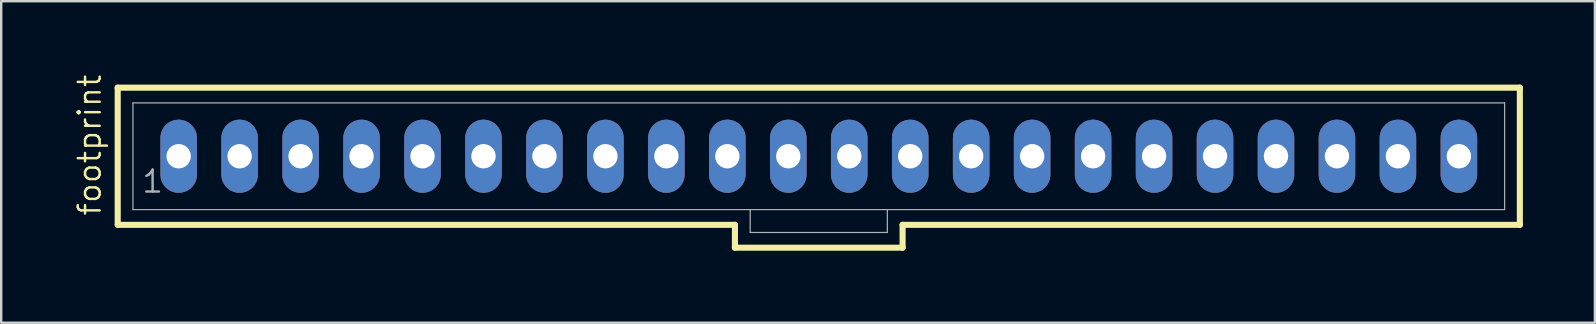
<source format=kicad_pcb>
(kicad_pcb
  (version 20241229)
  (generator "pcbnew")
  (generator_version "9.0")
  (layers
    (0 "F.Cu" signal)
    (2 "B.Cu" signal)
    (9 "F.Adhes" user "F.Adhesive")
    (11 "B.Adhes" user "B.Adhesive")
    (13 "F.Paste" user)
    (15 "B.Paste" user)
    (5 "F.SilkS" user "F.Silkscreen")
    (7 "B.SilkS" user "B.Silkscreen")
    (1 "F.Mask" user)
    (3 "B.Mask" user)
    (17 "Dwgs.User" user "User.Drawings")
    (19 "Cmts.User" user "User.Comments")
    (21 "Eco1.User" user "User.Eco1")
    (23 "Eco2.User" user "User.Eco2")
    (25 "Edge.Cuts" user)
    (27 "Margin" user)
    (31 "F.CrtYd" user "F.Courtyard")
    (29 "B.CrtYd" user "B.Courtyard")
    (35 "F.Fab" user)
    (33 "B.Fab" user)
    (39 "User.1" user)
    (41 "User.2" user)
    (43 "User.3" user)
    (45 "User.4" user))
  (footprint "footprint"
    (layer "F.Cu")
    (at 31.064 3.46)
    (property "Reference" "footprint" (at -29.845 2.54 90) (layer "F.SilkS") (effects (font (size 0.914 0.914) (thickness 0.102)) (justify left bottom)))
    (fp_line (start -29.21 -2.857) (end -29.21 2.857) (stroke (width 0.254) (type solid)) (layer "F.SilkS"))
    (fp_line (start -29.21 2.857) (end -3.493 2.857) (stroke (width 0.254) (type solid)) (layer "F.SilkS"))
    (fp_line (start -3.493 2.857) (end -3.493 3.81) (stroke (width 0.254) (type solid)) (layer "F.SilkS"))
    (fp_line (start -3.493 3.81) (end 3.493 3.81) (stroke (width 0.254) (type solid)) (layer "F.SilkS"))
    (fp_line (start 3.493 2.857) (end 29.21 2.857) (stroke (width 0.254) (type solid)) (layer "F.SilkS"))
    (fp_line (start 3.493 3.81) (end 3.493 2.857) (stroke (width 0.254) (type solid)) (layer "F.SilkS"))
    (fp_line (start 29.21 -2.857) (end -29.21 -2.857) (stroke (width 0.254) (type solid)) (layer "F.SilkS"))
    (fp_line (start 29.21 2.857) (end 29.21 -2.857) (stroke (width 0.254) (type solid)) (layer "F.SilkS"))
    (fp_line (start -28.575 -2.223) (end -28.575 2.223) (stroke (width 0.051) (type solid)) (layer "F.Fab"))
    (fp_line (start -28.575 -2.223) (end 28.575 -2.223) (stroke (width 0.051) (type solid)) (layer "F.Fab"))
    (fp_line (start -28.575 2.223) (end -2.857 2.223) (stroke (width 0.051) (type solid)) (layer "F.Fab"))
    (fp_line (start -2.857 2.223) (end -2.857 3.175) (stroke (width 0.051) (type solid)) (layer "F.Fab"))
    (fp_line (start -2.857 2.223) (end 2.857 2.223) (stroke (width 0.051) (type solid)) (layer "F.Fab"))
    (fp_line (start 2.857 2.223) (end 2.857 3.175) (stroke (width 0.051) (type solid)) (layer "F.Fab"))
    (fp_line (start 2.857 2.223) (end 28.575 2.223) (stroke (width 0.051) (type solid)) (layer "F.Fab"))
    (fp_line (start 2.857 3.175) (end -2.857 3.175) (stroke (width 0.051) (type solid)) (layer "F.Fab"))
    (fp_line (start 28.575 -2.223) (end 28.575 2.223) (stroke (width 0.051) (type solid)) (layer "F.Fab"))
    (fp_poly (pts (xy -26.908 0.238) (xy -26.432 0.238) (xy -26.432 -0.238) (xy -26.908 -0.238)) (stroke (width 0.1) (type solid)) (fill no) (layer "F.Fab"))
    (fp_poly (pts (xy -24.368 0.238) (xy -23.892 0.238) (xy -23.892 -0.238) (xy -24.368 -0.238)) (stroke (width 0.1) (type solid)) (fill no) (layer "F.Fab"))
    (fp_poly (pts (xy -21.828 0.238) (xy -21.352 0.238) (xy -21.352 -0.238) (xy -21.828 -0.238)) (stroke (width 0.1) (type solid)) (fill no) (layer "F.Fab"))
    (fp_poly (pts (xy -19.288 0.238) (xy -18.812 0.238) (xy -18.812 -0.238) (xy -19.288 -0.238)) (stroke (width 0.1) (type solid)) (fill no) (layer "F.Fab"))
    (fp_poly (pts (xy -16.748 0.238) (xy -16.272 0.238) (xy -16.272 -0.238) (xy -16.748 -0.238)) (stroke (width 0.1) (type solid)) (fill no) (layer "F.Fab"))
    (fp_poly (pts (xy -14.208 0.238) (xy -13.732 0.238) (xy -13.732 -0.238) (xy -14.208 -0.238)) (stroke (width 0.1) (type solid)) (fill no) (layer "F.Fab"))
    (fp_poly (pts (xy -11.668 0.238) (xy -11.192 0.238) (xy -11.192 -0.238) (xy -11.668 -0.238)) (stroke (width 0.1) (type solid)) (fill no) (layer "F.Fab"))
    (fp_poly (pts (xy -9.128 0.238) (xy -8.652 0.238) (xy -8.652 -0.238) (xy -9.128 -0.238)) (stroke (width 0.1) (type solid)) (fill no) (layer "F.Fab"))
    (fp_poly (pts (xy -6.588 0.238) (xy -6.112 0.238) (xy -6.112 -0.238) (xy -6.588 -0.238)) (stroke (width 0.1) (type solid)) (fill no) (layer "F.Fab"))
    (fp_poly (pts (xy -4.048 0.238) (xy -3.572 0.238) (xy -3.572 -0.238) (xy -4.048 -0.238)) (stroke (width 0.1) (type solid)) (fill no) (layer "F.Fab"))
    (fp_poly (pts (xy -1.508 0.238) (xy -1.032 0.238) (xy -1.032 -0.238) (xy -1.508 -0.238)) (stroke (width 0.1) (type solid)) (fill no) (layer "F.Fab"))
    (fp_poly (pts (xy 1.032 0.238) (xy 1.508 0.238) (xy 1.508 -0.238) (xy 1.032 -0.238)) (stroke (width 0.1) (type solid)) (fill no) (layer "F.Fab"))
    (fp_poly (pts (xy 3.572 0.238) (xy 4.048 0.238) (xy 4.048 -0.238) (xy 3.572 -0.238)) (stroke (width 0.1) (type solid)) (fill no) (layer "F.Fab"))
    (fp_poly (pts (xy 6.112 0.238) (xy 6.588 0.238) (xy 6.588 -0.238) (xy 6.112 -0.238)) (stroke (width 0.1) (type solid)) (fill no) (layer "F.Fab"))
    (fp_poly (pts (xy 8.652 0.238) (xy 9.128 0.238) (xy 9.128 -0.238) (xy 8.652 -0.238)) (stroke (width 0.1) (type solid)) (fill no) (layer "F.Fab"))
    (fp_poly (pts (xy 11.192 0.238) (xy 11.668 0.238) (xy 11.668 -0.238) (xy 11.192 -0.238)) (stroke (width 0.1) (type solid)) (fill no) (layer "F.Fab"))
    (fp_poly (pts (xy 13.732 0.238) (xy 14.208 0.238) (xy 14.208 -0.238) (xy 13.732 -0.238)) (stroke (width 0.1) (type solid)) (fill no) (layer "F.Fab"))
    (fp_poly (pts (xy 16.272 0.238) (xy 16.748 0.238) (xy 16.748 -0.238) (xy 16.272 -0.238)) (stroke (width 0.1) (type solid)) (fill no) (layer "F.Fab"))
    (fp_poly (pts (xy 18.812 0.238) (xy 19.288 0.238) (xy 19.288 -0.238) (xy 18.812 -0.238)) (stroke (width 0.1) (type solid)) (fill no) (layer "F.Fab"))
    (fp_poly (pts (xy 21.352 0.238) (xy 21.828 0.238) (xy 21.828 -0.238) (xy 21.352 -0.238)) (stroke (width 0.1) (type solid)) (fill no) (layer "F.Fab"))
    (fp_poly (pts (xy 23.892 0.238) (xy 24.368 0.238) (xy 24.368 -0.238) (xy 23.892 -0.238)) (stroke (width 0.1) (type solid)) (fill no) (layer "F.Fab"))
    (fp_poly (pts (xy 26.432 0.238) (xy 26.908 0.238) (xy 26.908 -0.238) (xy 26.432 -0.238)) (stroke (width 0.1) (type solid)) (fill no) (layer "F.Fab"))
    (fp_text user "1" (at -28.258 1.587 0) (layer "F.Fab") (effects (font (size 0.914 0.914) (thickness 0.102)) (justify left bottom)))
    (pad "1" thru_hole oval (at -26.67 0 90) (size 3.048 1.524) (drill 1.016) (layers "*.Cu" "*.Mask"))
    (pad "2" thru_hole oval (at -24.13 0 90) (size 3.048 1.524) (drill 1.016) (layers "*.Cu" "*.Mask"))
    (pad "3" thru_hole oval (at -21.59 0 90) (size 3.048 1.524) (drill 1.016) (layers "*.Cu" "*.Mask"))
    (pad "4" thru_hole oval (at -19.05 0 90) (size 3.048 1.524) (drill 1.016) (layers "*.Cu" "*.Mask"))
    (pad "5" thru_hole oval (at -16.51 0 90) (size 3.048 1.524) (drill 1.016) (layers "*.Cu" "*.Mask"))
    (pad "6" thru_hole oval (at -13.97 0 90) (size 3.048 1.524) (drill 1.016) (layers "*.Cu" "*.Mask"))
    (pad "7" thru_hole oval (at -11.43 0 90) (size 3.048 1.524) (drill 1.016) (layers "*.Cu" "*.Mask"))
    (pad "8" thru_hole oval (at -8.89 0 90) (size 3.048 1.524) (drill 1.016) (layers "*.Cu" "*.Mask"))
    (pad "9" thru_hole oval (at -6.35 0 90) (size 3.048 1.524) (drill 1.016) (layers "*.Cu" "*.Mask"))
    (pad "10" thru_hole oval (at -3.81 0 90) (size 3.048 1.524) (drill 1.016) (layers "*.Cu" "*.Mask"))
    (pad "11" thru_hole oval (at -1.27 0 90) (size 3.048 1.524) (drill 1.016) (layers "*.Cu" "*.Mask"))
    (pad "12" thru_hole oval (at 1.27 0 90) (size 3.048 1.524) (drill 1.016) (layers "*.Cu" "*.Mask"))
    (pad "13" thru_hole oval (at 3.81 0 90) (size 3.048 1.524) (drill 1.016) (layers "*.Cu" "*.Mask"))
    (pad "14" thru_hole oval (at 6.35 0 90) (size 3.048 1.524) (drill 1.016) (layers "*.Cu" "*.Mask"))
    (pad "15" thru_hole oval (at 8.89 0 90) (size 3.048 1.524) (drill 1.016) (layers "*.Cu" "*.Mask"))
    (pad "16" thru_hole oval (at 11.43 0 90) (size 3.048 1.524) (drill 1.016) (layers "*.Cu" "*.Mask"))
    (pad "17" thru_hole oval (at 13.97 0 90) (size 3.048 1.524) (drill 1.016) (layers "*.Cu" "*.Mask"))
    (pad "18" thru_hole oval (at 16.51 0 90) (size 3.048 1.524) (drill 1.016) (layers "*.Cu" "*.Mask"))
    (pad "19" thru_hole oval (at 19.05 0 90) (size 3.048 1.524) (drill 1.016) (layers "*.Cu" "*.Mask"))
    (pad "20" thru_hole oval (at 21.59 0 90) (size 3.048 1.524) (drill 1.016) (layers "*.Cu" "*.Mask"))
    (pad "21" thru_hole oval (at 24.13 0 90) (size 3.048 1.524) (drill 1.016) (layers "*.Cu" "*.Mask"))
    (pad "22" thru_hole oval (at 26.67 0 90) (size 3.048 1.524) (drill 1.016) (layers "*.Cu" "*.Mask")))
  (gr_rect
    (start -3 -3)
    (end 63.401 10.397)
    (stroke (width 0.1) (type default))
    (fill no)
    (layer "Edge.Cuts")))
</source>
